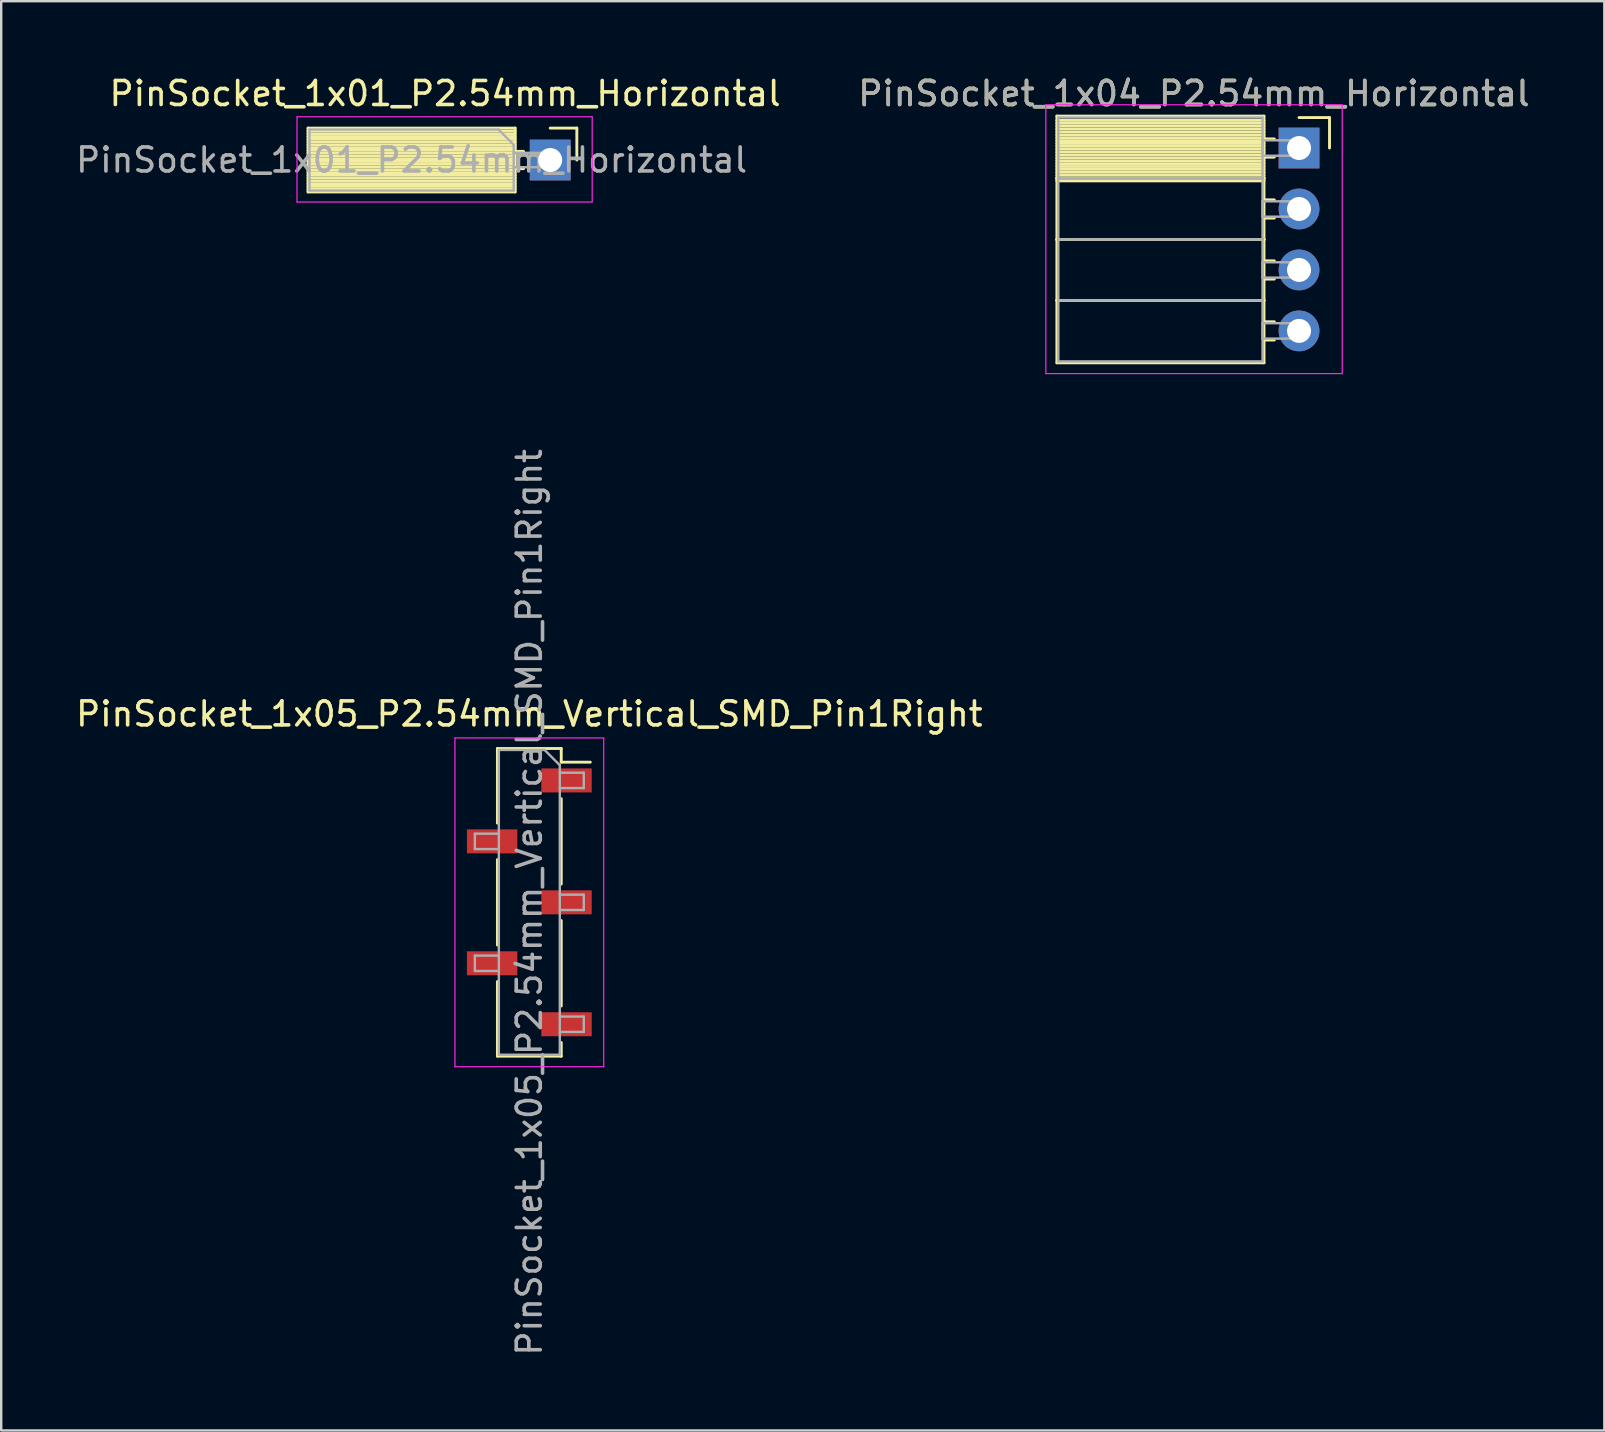
<source format=kicad_pcb>
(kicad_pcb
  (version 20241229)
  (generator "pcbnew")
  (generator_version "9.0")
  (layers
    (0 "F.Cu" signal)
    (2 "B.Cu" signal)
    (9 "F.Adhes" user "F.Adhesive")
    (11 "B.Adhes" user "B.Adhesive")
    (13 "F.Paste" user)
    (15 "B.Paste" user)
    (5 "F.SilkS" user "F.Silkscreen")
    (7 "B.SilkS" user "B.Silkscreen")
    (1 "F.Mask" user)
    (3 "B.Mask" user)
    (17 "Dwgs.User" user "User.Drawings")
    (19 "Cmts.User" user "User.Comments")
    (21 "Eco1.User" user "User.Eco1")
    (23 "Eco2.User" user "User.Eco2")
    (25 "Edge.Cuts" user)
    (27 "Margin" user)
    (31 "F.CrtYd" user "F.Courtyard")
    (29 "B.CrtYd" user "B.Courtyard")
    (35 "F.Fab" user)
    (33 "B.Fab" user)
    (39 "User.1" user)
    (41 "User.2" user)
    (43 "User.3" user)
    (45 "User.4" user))
  (footprint "PinSocket_1x01_P2.54mm_Horizontal"
    (layer "F.Cu")
    (at 19.876 3.618)
    (property "Reference" "PinSocket_1x01_P2.54mm_Horizontal" (at -4.38 -2.77 0) (layer "F.SilkS") (effects (font (size 1 1) (thickness 0.15))))
    (attr through_hole)
    (fp_line (start -10.09 -1.33) (end -10.09 1.33) (stroke (width 0.12) (type solid)) (layer "F.SilkS"))
    (fp_line (start -10.09 -1.33) (end -1.46 -1.33) (stroke (width 0.12) (type solid)) (layer "F.SilkS"))
    (fp_line (start -10.09 -1.21) (end -1.46 -1.21) (stroke (width 0.12) (type solid)) (layer "F.SilkS"))
    (fp_line (start -10.09 -1.095) (end -1.46 -1.095) (stroke (width 0.12) (type solid)) (layer "F.SilkS"))
    (fp_line (start -10.09 -0.979) (end -1.46 -0.979) (stroke (width 0.12) (type solid)) (layer "F.SilkS"))
    (fp_line (start -10.09 -0.864) (end -1.46 -0.864) (stroke (width 0.12) (type solid)) (layer "F.SilkS"))
    (fp_line (start -10.09 -0.748) (end -1.46 -0.748) (stroke (width 0.12) (type solid)) (layer "F.SilkS"))
    (fp_line (start -10.09 -0.633) (end -1.46 -0.633) (stroke (width 0.12) (type solid)) (layer "F.SilkS"))
    (fp_line (start -10.09 -0.517) (end -1.46 -0.517) (stroke (width 0.12) (type solid)) (layer "F.SilkS"))
    (fp_line (start -10.09 -0.402) (end -1.46 -0.402) (stroke (width 0.12) (type solid)) (layer "F.SilkS"))
    (fp_line (start -10.09 -0.286) (end -1.46 -0.286) (stroke (width 0.12) (type solid)) (layer "F.SilkS"))
    (fp_line (start -10.09 -0.171) (end -1.46 -0.171) (stroke (width 0.12) (type solid)) (layer "F.SilkS"))
    (fp_line (start -10.09 -0.055) (end -1.46 -0.055) (stroke (width 0.12) (type solid)) (layer "F.SilkS"))
    (fp_line (start -10.09 0.06) (end -1.46 0.06) (stroke (width 0.12) (type solid)) (layer "F.SilkS"))
    (fp_line (start -10.09 0.175) (end -1.46 0.175) (stroke (width 0.12) (type solid)) (layer "F.SilkS"))
    (fp_line (start -10.09 0.291) (end -1.46 0.291) (stroke (width 0.12) (type solid)) (layer "F.SilkS"))
    (fp_line (start -10.09 0.406) (end -1.46 0.406) (stroke (width 0.12) (type solid)) (layer "F.SilkS"))
    (fp_line (start -10.09 0.522) (end -1.46 0.522) (stroke (width 0.12) (type solid)) (layer "F.SilkS"))
    (fp_line (start -10.09 0.637) (end -1.46 0.637) (stroke (width 0.12) (type solid)) (layer "F.SilkS"))
    (fp_line (start -10.09 0.753) (end -1.46 0.753) (stroke (width 0.12) (type solid)) (layer "F.SilkS"))
    (fp_line (start -10.09 0.868) (end -1.46 0.868) (stroke (width 0.12) (type solid)) (layer "F.SilkS"))
    (fp_line (start -10.09 0.984) (end -1.46 0.984) (stroke (width 0.12) (type solid)) (layer "F.SilkS"))
    (fp_line (start -10.09 1.099) (end -1.46 1.099) (stroke (width 0.12) (type solid)) (layer "F.SilkS"))
    (fp_line (start -10.09 1.215) (end -1.46 1.215) (stroke (width 0.12) (type solid)) (layer "F.SilkS"))
    (fp_line (start -10.09 1.33) (end -1.46 1.33) (stroke (width 0.12) (type solid)) (layer "F.SilkS"))
    (fp_line (start -1.46 -1.33) (end -1.46 1.33) (stroke (width 0.12) (type solid)) (layer "F.SilkS"))
    (fp_line (start -1.46 -0.36) (end -1.11 -0.36) (stroke (width 0.12) (type solid)) (layer "F.SilkS"))
    (fp_line (start -1.46 0.36) (end -1.11 0.36) (stroke (width 0.12) (type solid)) (layer "F.SilkS"))
    (fp_line (start 0 -1.33) (end 1.11 -1.33) (stroke (width 0.12) (type solid)) (layer "F.SilkS"))
    (fp_line (start 1.11 -1.33) (end 1.11 0) (stroke (width 0.12) (type solid)) (layer "F.SilkS"))
    (fp_line (start -10.55 -1.8) (end -10.55 1.75) (stroke (width 0.05) (type solid)) (layer "F.CrtYd"))
    (fp_line (start -10.55 1.75) (end 1.75 1.75) (stroke (width 0.05) (type solid)) (layer "F.CrtYd"))
    (fp_line (start 1.75 -1.8) (end -10.55 -1.8) (stroke (width 0.05) (type solid)) (layer "F.CrtYd"))
    (fp_line (start 1.75 1.75) (end 1.75 -1.8) (stroke (width 0.05) (type solid)) (layer "F.CrtYd"))
    (fp_line (start -10.03 -1.27) (end -2.155 -1.27) (stroke (width 0.1) (type solid)) (layer "F.Fab"))
    (fp_line (start -10.03 1.27) (end -10.03 -1.27) (stroke (width 0.1) (type solid)) (layer "F.Fab"))
    (fp_line (start -2.155 -1.27) (end -1.52 -0.635) (stroke (width 0.1) (type solid)) (layer "F.Fab"))
    (fp_line (start -1.52 -0.635) (end -1.52 1.27) (stroke (width 0.1) (type solid)) (layer "F.Fab"))
    (fp_line (start -1.52 0.3) (end 0 0.3) (stroke (width 0.1) (type solid)) (layer "F.Fab"))
    (fp_line (start -1.52 1.27) (end -10.03 1.27) (stroke (width 0.1) (type solid)) (layer "F.Fab"))
    (fp_line (start 0 -0.3) (end -1.52 -0.3) (stroke (width 0.1) (type solid)) (layer "F.Fab"))
    (fp_line (start 0 0.3) (end 0 -0.3) (stroke (width 0.1) (type solid)) (layer "F.Fab"))
    (fp_text user "${REFERENCE}" (at -5.775 0 0) (layer "F.Fab") (effects (font (size 1 1) (thickness 0.15))))
    (pad "1" thru_hole rect (at 0 0) (size 1.7 1.7) (drill 1) (layers "*.Cu" "*.Mask")))
  (footprint "PinSocket_1x04_P2.54mm_Horizontal"
    (layer "F.Cu")
    (at 51.079 3.118)
    (property "Reference" "PinSocket_1x04_P2.54mm_Horizontal" (at -4.38 -2.27 0) (layer "F.SilkS") (effects (font (size 1 1) (thickness 0.15))))
    (attr through_hole)
    (fp_line (start -10.09 -1.33) (end -1.46 -1.33) (stroke (width 0.12) (type solid)) (layer "F.SilkS"))
    (fp_line (start -10.09 1.27) (end -10.09 -1.33) (stroke (width 0.12) (type solid)) (layer "F.SilkS"))
    (fp_line (start -10.09 1.27) (end -1.46 1.27) (stroke (width 0.12) (type solid)) (layer "F.SilkS"))
    (fp_line (start -10.09 3.81) (end -10.09 1.27) (stroke (width 0.12) (type solid)) (layer "F.SilkS"))
    (fp_line (start -10.09 3.81) (end -1.46 3.81) (stroke (width 0.12) (type solid)) (layer "F.SilkS"))
    (fp_line (start -10.09 6.35) (end -10.09 3.81) (stroke (width 0.12) (type solid)) (layer "F.SilkS"))
    (fp_line (start -10.09 6.35) (end -1.46 6.35) (stroke (width 0.12) (type solid)) (layer "F.SilkS"))
    (fp_line (start -10.09 8.95) (end -10.09 6.35) (stroke (width 0.12) (type solid)) (layer "F.SilkS"))
    (fp_line (start -1.46 -1.33) (end -1.46 1.27) (stroke (width 0.12) (type solid)) (layer "F.SilkS"))
    (fp_line (start -1.46 -1.15) (end -10.09 -1.15) (stroke (width 0.12) (type solid)) (layer "F.SilkS"))
    (fp_line (start -1.46 -1.03) (end -10.09 -1.03) (stroke (width 0.12) (type solid)) (layer "F.SilkS"))
    (fp_line (start -1.46 -0.91) (end -10.09 -0.91) (stroke (width 0.12) (type solid)) (layer "F.SilkS"))
    (fp_line (start -1.46 -0.79) (end -10.09 -0.79) (stroke (width 0.12) (type solid)) (layer "F.SilkS"))
    (fp_line (start -1.46 -0.67) (end -10.09 -0.67) (stroke (width 0.12) (type solid)) (layer "F.SilkS"))
    (fp_line (start -1.46 -0.55) (end -10.09 -0.55) (stroke (width 0.12) (type solid)) (layer "F.SilkS"))
    (fp_line (start -1.46 -0.43) (end -10.09 -0.43) (stroke (width 0.12) (type solid)) (layer "F.SilkS"))
    (fp_line (start -1.46 -0.31) (end -10.09 -0.31) (stroke (width 0.12) (type solid)) (layer "F.SilkS"))
    (fp_line (start -1.46 -0.19) (end -10.09 -0.19) (stroke (width 0.12) (type solid)) (layer "F.SilkS"))
    (fp_line (start -1.46 -0.07) (end -10.09 -0.07) (stroke (width 0.12) (type solid)) (layer "F.SilkS"))
    (fp_line (start -1.46 0.05) (end -10.09 0.05) (stroke (width 0.12) (type solid)) (layer "F.SilkS"))
    (fp_line (start -1.46 0.17) (end -10.09 0.17) (stroke (width 0.12) (type solid)) (layer "F.SilkS"))
    (fp_line (start -1.46 0.29) (end -10.09 0.29) (stroke (width 0.12) (type solid)) (layer "F.SilkS"))
    (fp_line (start -1.46 0.41) (end -10.09 0.41) (stroke (width 0.12) (type solid)) (layer "F.SilkS"))
    (fp_line (start -1.46 0.53) (end -10.09 0.53) (stroke (width 0.12) (type solid)) (layer "F.SilkS"))
    (fp_line (start -1.46 0.65) (end -10.09 0.65) (stroke (width 0.12) (type solid)) (layer "F.SilkS"))
    (fp_line (start -1.46 0.77) (end -10.09 0.77) (stroke (width 0.12) (type solid)) (layer "F.SilkS"))
    (fp_line (start -1.46 0.89) (end -10.09 0.89) (stroke (width 0.12) (type solid)) (layer "F.SilkS"))
    (fp_line (start -1.46 1.01) (end -10.09 1.01) (stroke (width 0.12) (type solid)) (layer "F.SilkS"))
    (fp_line (start -1.46 1.13) (end -10.09 1.13) (stroke (width 0.12) (type solid)) (layer "F.SilkS"))
    (fp_line (start -1.46 1.25) (end -10.09 1.25) (stroke (width 0.12) (type solid)) (layer "F.SilkS"))
    (fp_line (start -1.46 1.27) (end -10.09 1.27) (stroke (width 0.12) (type solid)) (layer "F.SilkS"))
    (fp_line (start -1.46 1.27) (end -1.46 3.81) (stroke (width 0.12) (type solid)) (layer "F.SilkS"))
    (fp_line (start -1.46 1.37) (end -10.09 1.37) (stroke (width 0.12) (type solid)) (layer "F.SilkS"))
    (fp_line (start -1.46 3.81) (end -10.09 3.81) (stroke (width 0.12) (type solid)) (layer "F.SilkS"))
    (fp_line (start -1.46 3.81) (end -1.46 6.35) (stroke (width 0.12) (type solid)) (layer "F.SilkS"))
    (fp_line (start -1.46 6.35) (end -10.09 6.35) (stroke (width 0.12) (type solid)) (layer "F.SilkS"))
    (fp_line (start -1.46 6.35) (end -1.46 8.95) (stroke (width 0.12) (type solid)) (layer "F.SilkS"))
    (fp_line (start -1.46 8.95) (end -10.09 8.95) (stroke (width 0.12) (type solid)) (layer "F.SilkS"))
    (fp_line (start -1.03 -0.38) (end -1.46 -0.38) (stroke (width 0.12) (type solid)) (layer "F.SilkS"))
    (fp_line (start -1.03 0.38) (end -1.46 0.38) (stroke (width 0.12) (type solid)) (layer "F.SilkS"))
    (fp_line (start -1.03 2.16) (end -1.46 2.16) (stroke (width 0.12) (type solid)) (layer "F.SilkS"))
    (fp_line (start -1.03 2.92) (end -1.46 2.92) (stroke (width 0.12) (type solid)) (layer "F.SilkS"))
    (fp_line (start -1.03 4.7) (end -1.46 4.7) (stroke (width 0.12) (type solid)) (layer "F.SilkS"))
    (fp_line (start -1.03 5.46) (end -1.46 5.46) (stroke (width 0.12) (type solid)) (layer "F.SilkS"))
    (fp_line (start -1.03 7.24) (end -1.46 7.24) (stroke (width 0.12) (type solid)) (layer "F.SilkS"))
    (fp_line (start -1.03 8) (end -1.46 8) (stroke (width 0.12) (type solid)) (layer "F.SilkS"))
    (fp_line (start 0 -1.27) (end 1.27 -1.27) (stroke (width 0.12) (type solid)) (layer "F.SilkS"))
    (fp_line (start 1.27 -1.27) (end 1.27 0) (stroke (width 0.12) (type solid)) (layer "F.SilkS"))
    (fp_line (start -10.55 -1.8) (end 1.8 -1.8) (stroke (width 0.05) (type solid)) (layer "F.CrtYd"))
    (fp_line (start -10.55 9.4) (end -10.55 -1.8) (stroke (width 0.05) (type solid)) (layer "F.CrtYd"))
    (fp_line (start 1.8 -1.8) (end 1.8 9.4) (stroke (width 0.05) (type solid)) (layer "F.CrtYd"))
    (fp_line (start 1.8 9.4) (end -10.55 9.4) (stroke (width 0.05) (type solid)) (layer "F.CrtYd"))
    (fp_line (start -10.03 -1.27) (end -1.52 -1.27) (stroke (width 0.1) (type solid)) (layer "F.Fab"))
    (fp_line (start -10.03 1.27) (end -10.03 -1.27) (stroke (width 0.1) (type solid)) (layer "F.Fab"))
    (fp_line (start -10.03 1.27) (end -1.52 1.27) (stroke (width 0.1) (type solid)) (layer "F.Fab"))
    (fp_line (start -10.03 3.81) (end -10.03 1.27) (stroke (width 0.1) (type solid)) (layer "F.Fab"))
    (fp_line (start -10.03 3.81) (end -1.52 3.81) (stroke (width 0.1) (type solid)) (layer "F.Fab"))
    (fp_line (start -10.03 6.35) (end -10.03 3.81) (stroke (width 0.1) (type solid)) (layer "F.Fab"))
    (fp_line (start -10.03 6.35) (end -1.52 6.35) (stroke (width 0.1) (type solid)) (layer "F.Fab"))
    (fp_line (start -10.03 8.89) (end -10.03 6.35) (stroke (width 0.1) (type solid)) (layer "F.Fab"))
    (fp_line (start -1.52 -1.27) (end -1.52 1.27) (stroke (width 0.1) (type solid)) (layer "F.Fab"))
    (fp_line (start -1.52 -0.32) (end 0 -0.32) (stroke (width 0.1) (type solid)) (layer "F.Fab"))
    (fp_line (start -1.52 0.32) (end -1.52 -0.32) (stroke (width 0.1) (type solid)) (layer "F.Fab"))
    (fp_line (start -1.52 1.27) (end -10.03 1.27) (stroke (width 0.1) (type solid)) (layer "F.Fab"))
    (fp_line (start -1.52 1.27) (end -1.52 3.81) (stroke (width 0.1) (type solid)) (layer "F.Fab"))
    (fp_line (start -1.52 2.22) (end 0 2.22) (stroke (width 0.1) (type solid)) (layer "F.Fab"))
    (fp_line (start -1.52 2.86) (end -1.52 2.22) (stroke (width 0.1) (type solid)) (layer "F.Fab"))
    (fp_line (start -1.52 3.81) (end -10.03 3.81) (stroke (width 0.1) (type solid)) (layer "F.Fab"))
    (fp_line (start -1.52 3.81) (end -1.52 6.35) (stroke (width 0.1) (type solid)) (layer "F.Fab"))
    (fp_line (start -1.52 4.76) (end 0 4.76) (stroke (width 0.1) (type solid)) (layer "F.Fab"))
    (fp_line (start -1.52 5.4) (end -1.52 4.76) (stroke (width 0.1) (type solid)) (layer "F.Fab"))
    (fp_line (start -1.52 6.35) (end -10.03 6.35) (stroke (width 0.1) (type solid)) (layer "F.Fab"))
    (fp_line (start -1.52 6.35) (end -1.52 8.89) (stroke (width 0.1) (type solid)) (layer "F.Fab"))
    (fp_line (start -1.52 7.3) (end 0 7.3) (stroke (width 0.1) (type solid)) (layer "F.Fab"))
    (fp_line (start -1.52 7.94) (end -1.52 7.3) (stroke (width 0.1) (type solid)) (layer "F.Fab"))
    (fp_line (start -1.52 8.89) (end -10.03 8.89) (stroke (width 0.1) (type solid)) (layer "F.Fab"))
    (fp_line (start 0 -0.32) (end 0 0.32) (stroke (width 0.1) (type solid)) (layer "F.Fab"))
    (fp_line (start 0 0.32) (end -1.52 0.32) (stroke (width 0.1) (type solid)) (layer "F.Fab"))
    (fp_line (start 0 2.22) (end 0 2.86) (stroke (width 0.1) (type solid)) (layer "F.Fab"))
    (fp_line (start 0 2.86) (end -1.52 2.86) (stroke (width 0.1) (type solid)) (layer "F.Fab"))
    (fp_line (start 0 4.76) (end 0 5.4) (stroke (width 0.1) (type solid)) (layer "F.Fab"))
    (fp_line (start 0 5.4) (end -1.52 5.4) (stroke (width 0.1) (type solid)) (layer "F.Fab"))
    (fp_line (start 0 7.3) (end 0 7.94) (stroke (width 0.1) (type solid)) (layer "F.Fab"))
    (fp_line (start 0 7.94) (end -1.52 7.94) (stroke (width 0.1) (type solid)) (layer "F.Fab"))
    (fp_text user "${REFERENCE}" (at -4.38 -2.27 0) (layer "F.Fab") (effects (font (size 1 1) (thickness 0.15))))
    (pad "1" thru_hole rect (at 0 0) (size 1.7 1.7) (drill 1) (layers "*.Cu" "*.Mask"))
    (pad "2" thru_hole oval (at 0 2.54) (size 1.7 1.7) (drill 1) (layers "*.Cu" "*.Mask"))
    (pad "3" thru_hole oval (at 0 5.08) (size 1.7 1.7) (drill 1) (layers "*.Cu" "*.Mask"))
    (pad "4" thru_hole oval (at 0 7.62) (size 1.7 1.7) (drill 1) (layers "*.Cu" "*.Mask")))
  (footprint "PinSocket_1x05_P2.54mm_Vertical_SMD_Pin1Right"
    (layer "F.Cu")
    (at 19.006 34.549)
    (property "Reference" "PinSocket_1x05_P2.54mm_Vertical_SMD_Pin1Right" (at 0 -7.85 0) (layer "F.SilkS") (effects (font (size 1 1) (thickness 0.15))))
    (attr smd)
    (fp_line (start -1.33 -6.41) (end -1.33 -3.3) (stroke (width 0.12) (type solid)) (layer "F.SilkS"))
    (fp_line (start -1.33 -6.41) (end 1.33 -6.41) (stroke (width 0.12) (type solid)) (layer "F.SilkS"))
    (fp_line (start -1.33 -1.78) (end -1.33 1.78) (stroke (width 0.12) (type solid)) (layer "F.SilkS"))
    (fp_line (start -1.33 3.3) (end -1.33 6.41) (stroke (width 0.12) (type solid)) (layer "F.SilkS"))
    (fp_line (start -1.33 6.41) (end 1.33 6.41) (stroke (width 0.12) (type solid)) (layer "F.SilkS"))
    (fp_line (start 1.33 -6.41) (end 1.33 -5.84) (stroke (width 0.12) (type solid)) (layer "F.SilkS"))
    (fp_line (start 1.33 -5.84) (end 2.54 -5.84) (stroke (width 0.12) (type solid)) (layer "F.SilkS"))
    (fp_line (start 1.33 -4.32) (end 1.33 -0.76) (stroke (width 0.12) (type solid)) (layer "F.SilkS"))
    (fp_line (start 1.33 0.76) (end 1.33 4.32) (stroke (width 0.12) (type solid)) (layer "F.SilkS"))
    (fp_line (start 1.33 5.84) (end 1.33 6.41) (stroke (width 0.12) (type solid)) (layer "F.SilkS"))
    (fp_line (start -3.1 -6.85) (end 3.1 -6.85) (stroke (width 0.05) (type solid)) (layer "F.CrtYd"))
    (fp_line (start -3.1 6.85) (end -3.1 -6.85) (stroke (width 0.05) (type solid)) (layer "F.CrtYd"))
    (fp_line (start 3.1 -6.85) (end 3.1 6.85) (stroke (width 0.05) (type solid)) (layer "F.CrtYd"))
    (fp_line (start 3.1 6.85) (end -3.1 6.85) (stroke (width 0.05) (type solid)) (layer "F.CrtYd"))
    (fp_line (start -2.27 -2.86) (end -1.27 -2.86) (stroke (width 0.1) (type solid)) (layer "F.Fab"))
    (fp_line (start -2.27 -2.22) (end -2.27 -2.86) (stroke (width 0.1) (type solid)) (layer "F.Fab"))
    (fp_line (start -2.27 2.22) (end -1.27 2.22) (stroke (width 0.1) (type solid)) (layer "F.Fab"))
    (fp_line (start -2.27 2.86) (end -2.27 2.22) (stroke (width 0.1) (type solid)) (layer "F.Fab"))
    (fp_line (start -1.27 -6.35) (end 0.635 -6.35) (stroke (width 0.1) (type solid)) (layer "F.Fab"))
    (fp_line (start -1.27 -2.22) (end -2.27 -2.22) (stroke (width 0.1) (type solid)) (layer "F.Fab"))
    (fp_line (start -1.27 2.86) (end -2.27 2.86) (stroke (width 0.1) (type solid)) (layer "F.Fab"))
    (fp_line (start -1.27 6.35) (end -1.27 -6.35) (stroke (width 0.1) (type solid)) (layer "F.Fab"))
    (fp_line (start 0.635 -6.35) (end 1.27 -5.715) (stroke (width 0.1) (type solid)) (layer "F.Fab"))
    (fp_line (start 1.27 -5.715) (end 1.27 6.35) (stroke (width 0.1) (type solid)) (layer "F.Fab"))
    (fp_line (start 1.27 -5.4) (end 2.27 -5.4) (stroke (width 0.1) (type solid)) (layer "F.Fab"))
    (fp_line (start 1.27 -0.32) (end 2.27 -0.32) (stroke (width 0.1) (type solid)) (layer "F.Fab"))
    (fp_line (start 1.27 4.76) (end 2.27 4.76) (stroke (width 0.1) (type solid)) (layer "F.Fab"))
    (fp_line (start 1.27 6.35) (end -1.27 6.35) (stroke (width 0.1) (type solid)) (layer "F.Fab"))
    (fp_line (start 2.27 -5.4) (end 2.27 -4.76) (stroke (width 0.1) (type solid)) (layer "F.Fab"))
    (fp_line (start 2.27 -4.76) (end 1.27 -4.76) (stroke (width 0.1) (type solid)) (layer "F.Fab"))
    (fp_line (start 2.27 -0.32) (end 2.27 0.32) (stroke (width 0.1) (type solid)) (layer "F.Fab"))
    (fp_line (start 2.27 0.32) (end 1.27 0.32) (stroke (width 0.1) (type solid)) (layer "F.Fab"))
    (fp_line (start 2.27 4.76) (end 2.27 5.4) (stroke (width 0.1) (type solid)) (layer "F.Fab"))
    (fp_line (start 2.27 5.4) (end 1.27 5.4) (stroke (width 0.1) (type solid)) (layer "F.Fab"))
    (fp_text user "${REFERENCE}" (at 0 0 90) (layer "F.Fab") (effects (font (size 1 1) (thickness 0.15))))
    (pad "1" smd rect (at 1.55 -5.08) (size 2.1 1) (layers "F.Cu" "F.Mask" "F.Paste"))
    (pad "2" smd rect (at -1.55 -2.54) (size 2.1 1) (layers "F.Cu" "F.Mask" "F.Paste"))
    (pad "3" smd rect (at 1.55 0) (size 2.1 1) (layers "F.Cu" "F.Mask" "F.Paste"))
    (pad "4" smd rect (at -1.55 2.54) (size 2.1 1) (layers "F.Cu" "F.Mask" "F.Paste"))
    (pad "5" smd rect (at 1.55 5.08) (size 2.1 1) (layers "F.Cu" "F.Mask" "F.Paste")))
  (gr_rect
    (start -3 -3)
    (end 63.8 56.555)
    (stroke (width 0.1) (type default))
    (fill no)
    (layer "Edge.Cuts")))
</source>
